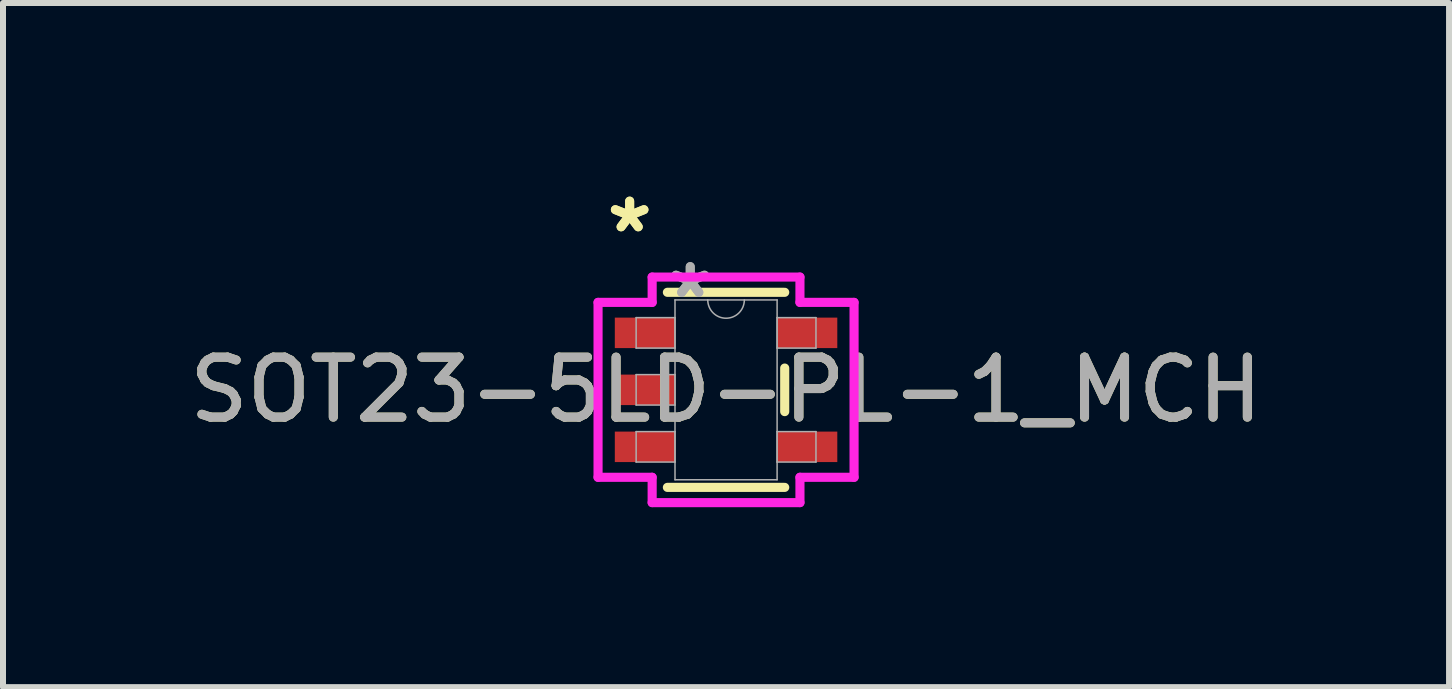
<source format=kicad_pcb>
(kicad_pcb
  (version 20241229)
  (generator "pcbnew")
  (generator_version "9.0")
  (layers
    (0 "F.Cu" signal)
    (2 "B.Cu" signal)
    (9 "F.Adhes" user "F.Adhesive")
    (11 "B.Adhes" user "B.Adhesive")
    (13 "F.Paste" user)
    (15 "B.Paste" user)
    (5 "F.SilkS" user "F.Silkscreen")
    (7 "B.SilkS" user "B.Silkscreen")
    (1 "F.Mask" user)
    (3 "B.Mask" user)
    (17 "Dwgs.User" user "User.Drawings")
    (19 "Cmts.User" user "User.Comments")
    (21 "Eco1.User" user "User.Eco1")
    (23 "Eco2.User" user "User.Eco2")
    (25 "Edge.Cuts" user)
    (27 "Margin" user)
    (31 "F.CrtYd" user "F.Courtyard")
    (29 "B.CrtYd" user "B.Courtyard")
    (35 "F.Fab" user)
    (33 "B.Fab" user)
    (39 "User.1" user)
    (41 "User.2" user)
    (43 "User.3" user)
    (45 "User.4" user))
  (footprint "SOT23-5LD-PL-1_MCH"
    (layer "F.Cu")
    (at 9.054 3.449)
    (property "Reference" "SOT23-5LD-PL-1_MCH" (at 0 0 0) (unlocked yes) (layer "F.SilkS") (effects (font (size 1 1) (thickness 0.15))))
    (attr smd)
    (fp_line (start -0.978 1.626) (end 0.978 1.626) (stroke (width 0.152) (type solid)) (layer "F.SilkS"))
    (fp_line (start 0.978 -1.626) (end -0.978 -1.626) (stroke (width 0.152) (type solid)) (layer "F.SilkS"))
    (fp_line (start 0.978 0.363) (end 0.978 -0.363) (stroke (width 0.152) (type solid)) (layer "F.SilkS"))
    (fp_line (start -2.134 -1.458) (end -1.232 -1.458) (stroke (width 0.152) (type solid)) (layer "F.CrtYd"))
    (fp_line (start -2.134 1.458) (end -2.134 -1.458) (stroke (width 0.152) (type solid)) (layer "F.CrtYd"))
    (fp_line (start -1.232 -1.88) (end 1.232 -1.88) (stroke (width 0.152) (type solid)) (layer "F.CrtYd"))
    (fp_line (start -1.232 -1.458) (end -1.232 -1.88) (stroke (width 0.152) (type solid)) (layer "F.CrtYd"))
    (fp_line (start -1.232 1.458) (end -2.134 1.458) (stroke (width 0.152) (type solid)) (layer "F.CrtYd"))
    (fp_line (start -1.232 1.88) (end -1.232 1.458) (stroke (width 0.152) (type solid)) (layer "F.CrtYd"))
    (fp_line (start 1.232 -1.88) (end 1.232 -1.458) (stroke (width 0.152) (type solid)) (layer "F.CrtYd"))
    (fp_line (start 1.232 -1.458) (end 2.134 -1.458) (stroke (width 0.152) (type solid)) (layer "F.CrtYd"))
    (fp_line (start 1.232 1.458) (end 1.232 1.88) (stroke (width 0.152) (type solid)) (layer "F.CrtYd"))
    (fp_line (start 1.232 1.88) (end -1.232 1.88) (stroke (width 0.152) (type solid)) (layer "F.CrtYd"))
    (fp_line (start 2.134 -1.458) (end 2.134 1.458) (stroke (width 0.152) (type solid)) (layer "F.CrtYd"))
    (fp_line (start 2.134 1.458) (end 1.232 1.458) (stroke (width 0.152) (type solid)) (layer "F.CrtYd"))
    (fp_line (start -1.499 -1.204) (end -1.499 -0.696) (stroke (width 0.025) (type solid)) (layer "F.Fab"))
    (fp_line (start -1.499 -0.696) (end -0.851 -0.696) (stroke (width 0.025) (type solid)) (layer "F.Fab"))
    (fp_line (start -1.499 -0.254) (end -1.499 0.254) (stroke (width 0.025) (type solid)) (layer "F.Fab"))
    (fp_line (start -1.499 0.254) (end -0.851 0.254) (stroke (width 0.025) (type solid)) (layer "F.Fab"))
    (fp_line (start -1.499 0.696) (end -1.499 1.204) (stroke (width 0.025) (type solid)) (layer "F.Fab"))
    (fp_line (start -1.499 1.204) (end -0.851 1.204) (stroke (width 0.025) (type solid)) (layer "F.Fab"))
    (fp_line (start -0.851 -1.499) (end -0.851 1.499) (stroke (width 0.025) (type solid)) (layer "F.Fab"))
    (fp_line (start -0.851 -1.204) (end -1.499 -1.204) (stroke (width 0.025) (type solid)) (layer "F.Fab"))
    (fp_line (start -0.851 -0.696) (end -0.851 -1.204) (stroke (width 0.025) (type solid)) (layer "F.Fab"))
    (fp_line (start -0.851 -0.254) (end -1.499 -0.254) (stroke (width 0.025) (type solid)) (layer "F.Fab"))
    (fp_line (start -0.851 0.254) (end -0.851 -0.254) (stroke (width 0.025) (type solid)) (layer "F.Fab"))
    (fp_line (start -0.851 0.696) (end -1.499 0.696) (stroke (width 0.025) (type solid)) (layer "F.Fab"))
    (fp_line (start -0.851 1.204) (end -0.851 0.696) (stroke (width 0.025) (type solid)) (layer "F.Fab"))
    (fp_line (start -0.851 1.499) (end 0.851 1.499) (stroke (width 0.025) (type solid)) (layer "F.Fab"))
    (fp_line (start 0.851 -1.499) (end -0.851 -1.499) (stroke (width 0.025) (type solid)) (layer "F.Fab"))
    (fp_line (start 0.851 -1.204) (end 0.851 -0.696) (stroke (width 0.025) (type solid)) (layer "F.Fab"))
    (fp_line (start 0.851 -0.696) (end 1.499 -0.696) (stroke (width 0.025) (type solid)) (layer "F.Fab"))
    (fp_line (start 0.851 0.696) (end 0.851 1.204) (stroke (width 0.025) (type solid)) (layer "F.Fab"))
    (fp_line (start 0.851 1.204) (end 1.499 1.204) (stroke (width 0.025) (type solid)) (layer "F.Fab"))
    (fp_line (start 0.851 1.499) (end 0.851 -1.499) (stroke (width 0.025) (type solid)) (layer "F.Fab"))
    (fp_line (start 1.499 -1.204) (end 0.851 -1.204) (stroke (width 0.025) (type solid)) (layer "F.Fab"))
    (fp_line (start 1.499 -0.696) (end 1.499 -1.204) (stroke (width 0.025) (type solid)) (layer "F.Fab"))
    (fp_line (start 1.499 0.696) (end 0.851 0.696) (stroke (width 0.025) (type solid)) (layer "F.Fab"))
    (fp_line (start 1.499 1.204) (end 1.499 0.696) (stroke (width 0.025) (type solid)) (layer "F.Fab"))
    (fp_arc (start 0.3048 -1.4986) (mid 0 -1.1938) (end -0.3048 -1.4986) (stroke (width 0.0254) (type solid)) (layer "F.Fab"))
    (fp_text user "*" (at -1.607 -2.601 0) (layer "F.SilkS") (effects (font (size 1 1) (thickness 0.15))))
    (fp_text user "*" (at -1.607 -2.601 0) (unlocked yes) (layer "F.SilkS") (effects (font (size 1 1) (thickness 0.15))))
    (fp_text user "*" (at -0.597 -1.509 0) (unlocked yes) (layer "F.Fab") (effects (font (size 1 1) (thickness 0.15))))
    (fp_text user "*" (at -0.597 -1.509 0) (layer "F.Fab") (effects (font (size 1 1) (thickness 0.15))))
    (fp_text user "${REFERENCE}" (at 0 0 0) (unlocked yes) (layer "F.Fab") (effects (font (size 1 1) (thickness 0.15))))
    (pad "1" smd rect (at -1.353 -0.95) (size 1.003 0.508) (layers "F.Cu" "F.Mask" "F.Paste"))
    (pad "2" smd rect (at -1.353 0) (size 1.003 0.508) (layers "F.Cu" "F.Mask" "F.Paste"))
    (pad "3" smd rect (at -1.353 0.95) (size 1.003 0.508) (layers "F.Cu" "F.Mask" "F.Paste"))
    (pad "4" smd rect (at 1.353 0.95) (size 1.003 0.508) (layers "F.Cu" "F.Mask" "F.Paste"))
    (pad "5" smd rect (at 1.353 -0.95) (size 1.003 0.508) (layers "F.Cu" "F.Mask" "F.Paste")))
  (gr_rect
    (start -3 -3)
    (end 21.107 8.405)
    (stroke (width 0.1) (type default))
    (fill no)
    (layer "Edge.Cuts")))
</source>
